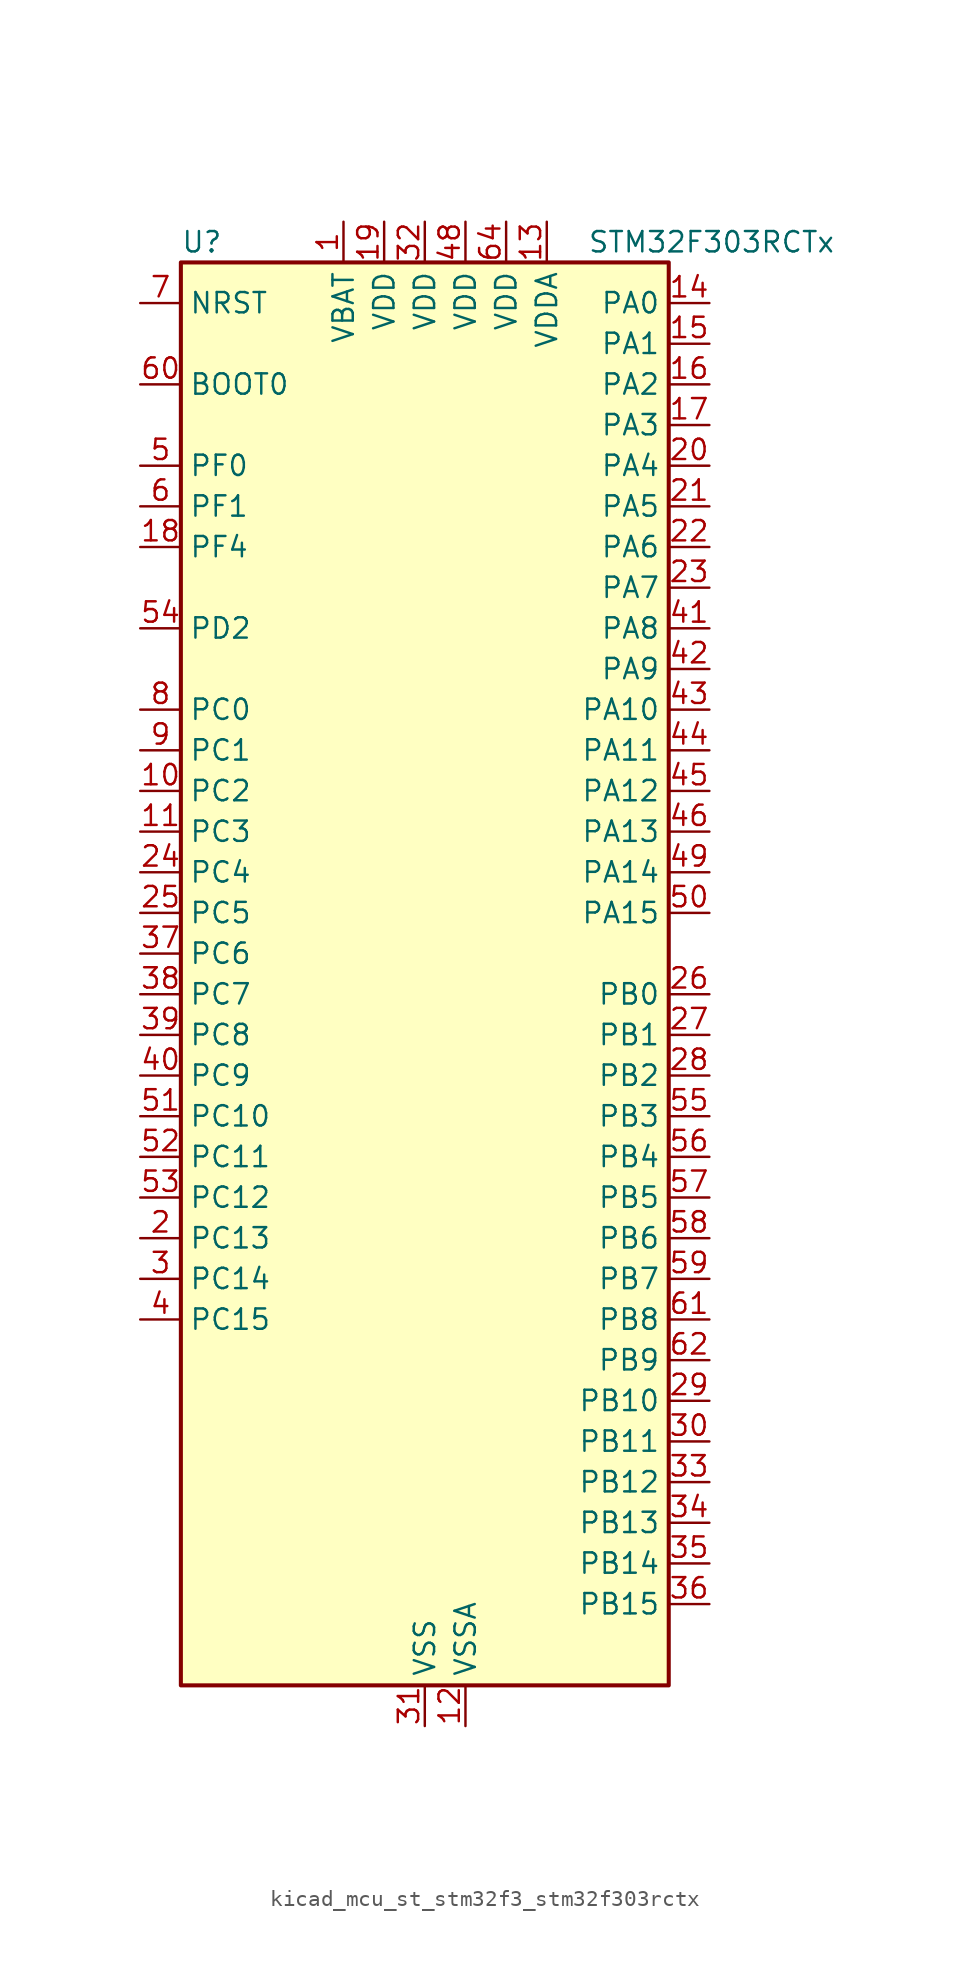
<source format=kicad_sym>
(kicad_symbol_lib
  (version 20220914)
  (generator kicad_symbol_editor)
  (symbol "kicad_mcu_st_stm32f3_stm32f303rctx"
    (property "Reference" "U"
      (at -15.24 46.99 0)
      (effects (font (size 1.27 1.27)) (justify left)))
    (property "Value" "STM32F303RCTx"
      (at 10.16 46.99 0)
      (effects (font (size 1.27 1.27)) (justify left)))
    (property "ki_locked" ""
      (at 0 0 0)
      (effects (font (size 1.27 1.27))))
    (symbol "kicad_mcu_st_stm32f3_stm32f303rctx_0_1"
      (rectangle (start -15.24 -43.18) (end 15.24 45.72) (stroke (width 0.254) (type default)) (fill (type background))))
    (symbol "kicad_mcu_st_stm32f3_stm32f303rctx_1_1"
      (pin power_in line (at -5.08 48.26 270) (length 2.54) (name "VBAT" (effects (font (size 1.27 1.27)))) (number "1" (effects (font (size 1.27 1.27)))))
      (pin bidirectional line (at -17.78 12.7 0) (length 2.54) (name "PC2" (effects (font (size 1.27 1.27)))) (number "10" (effects (font (size 1.27 1.27)))) (alternate "ADC1_IN8" bidirectional line) (alternate "ADC2_IN8" bidirectional line) (alternate "ADC3_EXTI2" bidirectional line) (alternate "ADC4_EXTI2" bidirectional line) (alternate "COMP7_OUT" bidirectional line))
      (pin bidirectional line (at -17.78 10.16 0) (length 2.54) (name "PC3" (effects (font (size 1.27 1.27)))) (number "11" (effects (font (size 1.27 1.27)))) (alternate "ADC1_IN9" bidirectional line) (alternate "ADC2_IN9" bidirectional line) (alternate "TIM1_BKIN2" bidirectional line))
      (pin power_in line (at 2.54 -45.72 90) (length 2.54) (name "VSSA" (effects (font (size 1.27 1.27)))) (number "12" (effects (font (size 1.27 1.27)))))
      (pin power_in line (at 7.62 48.26 270) (length 2.54) (name "VDDA" (effects (font (size 1.27 1.27)))) (number "13" (effects (font (size 1.27 1.27)))))
      (pin bidirectional line (at 17.78 43.18 180) (length 2.54) (name "PA0" (effects (font (size 1.27 1.27)))) (number "14" (effects (font (size 1.27 1.27)))) (alternate "ADC1_IN1" bidirectional line) (alternate "COMP1_INM" bidirectional line) (alternate "COMP1_OUT" bidirectional line) (alternate "COMP7_INP" bidirectional line) (alternate "RTC_TAMP2" bidirectional line) (alternate "SYS_WKUP1" bidirectional line) (alternate "TIM2_CH1" bidirectional line) (alternate "TIM2_ETR" bidirectional line) (alternate "TIM8_BKIN" bidirectional line) (alternate "TIM8_ETR" bidirectional line) (alternate "TSC_G1_IO1" bidirectional line) (alternate "USART2_CTS" bidirectional line))
      (pin bidirectional line (at 17.78 40.64 180) (length 2.54) (name "PA1" (effects (font (size 1.27 1.27)))) (number "15" (effects (font (size 1.27 1.27)))) (alternate "ADC1_IN2" bidirectional line) (alternate "COMP1_INP" bidirectional line) (alternate "OPAMP1_VINP" bidirectional line) (alternate "OPAMP1_VINP_SEC" bidirectional line) (alternate "OPAMP3_VINP" bidirectional line) (alternate "OPAMP3_VINP_SEC" bidirectional line) (alternate "RTC_REFIN" bidirectional line) (alternate "TIM15_CH1N" bidirectional line) (alternate "TIM2_CH2" bidirectional line) (alternate "TSC_G1_IO2" bidirectional line) (alternate "USART2_DE" bidirectional line) (alternate "USART2_RTS" bidirectional line))
      (pin bidirectional line (at 17.78 38.1 180) (length 2.54) (name "PA2" (effects (font (size 1.27 1.27)))) (number "16" (effects (font (size 1.27 1.27)))) (alternate "ADC1_IN3" bidirectional line) (alternate "ADC3_EXTI2" bidirectional line) (alternate "ADC4_EXTI2" bidirectional line) (alternate "COMP2_INM" bidirectional line) (alternate "COMP2_OUT" bidirectional line) (alternate "OPAMP1_VOUT" bidirectional line) (alternate "TIM15_CH1" bidirectional line) (alternate "TIM2_CH3" bidirectional line) (alternate "TSC_G1_IO3" bidirectional line) (alternate "USART2_TX" bidirectional line))
      (pin bidirectional line (at 17.78 35.56 180) (length 2.54) (name "PA3" (effects (font (size 1.27 1.27)))) (number "17" (effects (font (size 1.27 1.27)))) (alternate "ADC1_IN4" bidirectional line) (alternate "COMP2_INP" bidirectional line) (alternate "OPAMP1_VINM" bidirectional line) (alternate "OPAMP1_VINM_SEC" bidirectional line) (alternate "OPAMP1_VINP" bidirectional line) (alternate "OPAMP1_VINP_SEC" bidirectional line) (alternate "TIM15_CH2" bidirectional line) (alternate "TIM2_CH4" bidirectional line) (alternate "TSC_G1_IO4" bidirectional line) (alternate "USART2_RX" bidirectional line))
      (pin bidirectional line (at -17.78 27.94 0) (length 2.54) (name "PF4" (effects (font (size 1.27 1.27)))) (number "18" (effects (font (size 1.27 1.27)))) (alternate "ADC1_IN5" bidirectional line) (alternate "COMP1_OUT" bidirectional line))
      (pin power_in line (at -2.54 48.26 270) (length 2.54) (name "VDD" (effects (font (size 1.27 1.27)))) (number "19" (effects (font (size 1.27 1.27)))))
      (pin bidirectional line (at -17.78 -15.24 0) (length 2.54) (name "PC13" (effects (font (size 1.27 1.27)))) (number "2" (effects (font (size 1.27 1.27)))) (alternate "RTC_OUT_ALARM" bidirectional line) (alternate "RTC_OUT_CALIB" bidirectional line) (alternate "RTC_TAMP1" bidirectional line) (alternate "RTC_TS" bidirectional line) (alternate "SYS_WKUP2" bidirectional line) (alternate "TIM1_CH1N" bidirectional line))
      (pin bidirectional line (at 17.78 33.02 180) (length 2.54) (name "PA4" (effects (font (size 1.27 1.27)))) (number "20" (effects (font (size 1.27 1.27)))) (alternate "ADC2_IN1" bidirectional line) (alternate "COMP1_INM" bidirectional line) (alternate "COMP2_INM" bidirectional line) (alternate "COMP3_INM" bidirectional line) (alternate "COMP4_INM" bidirectional line) (alternate "COMP5_INM" bidirectional line) (alternate "COMP6_INM" bidirectional line) (alternate "COMP7_INM" bidirectional line) (alternate "DAC_OUT1" bidirectional line) (alternate "I2S3_WS" bidirectional line) (alternate "OPAMP4_VINP" bidirectional line) (alternate "OPAMP4_VINP_SEC" bidirectional line) (alternate "SPI1_NSS" bidirectional line) (alternate "SPI3_NSS" bidirectional line) (alternate "TIM3_CH2" bidirectional line) (alternate "TSC_G2_IO1" bidirectional line) (alternate "USART2_CK" bidirectional line))
      (pin bidirectional line (at 17.78 30.48 180) (length 2.54) (name "PA5" (effects (font (size 1.27 1.27)))) (number "21" (effects (font (size 1.27 1.27)))) (alternate "ADC2_IN2" bidirectional line) (alternate "COMP1_INM" bidirectional line) (alternate "COMP2_INM" bidirectional line) (alternate "COMP3_INM" bidirectional line) (alternate "COMP4_INM" bidirectional line) (alternate "COMP5_INM" bidirectional line) (alternate "COMP6_INM" bidirectional line) (alternate "COMP7_INM" bidirectional line) (alternate "DAC_OUT2" bidirectional line) (alternate "OPAMP1_VINP" bidirectional line) (alternate "OPAMP1_VINP_SEC" bidirectional line) (alternate "OPAMP2_VINM" bidirectional line) (alternate "OPAMP2_VINM_SEC" bidirectional line) (alternate "OPAMP3_VINP" bidirectional line) (alternate "OPAMP3_VINP_SEC" bidirectional line) (alternate "SPI1_SCK" bidirectional line) (alternate "TIM2_CH1" bidirectional line) (alternate "TIM2_ETR" bidirectional line) (alternate "TSC_G2_IO2" bidirectional line))
      (pin bidirectional line (at 17.78 27.94 180) (length 2.54) (name "PA6" (effects (font (size 1.27 1.27)))) (number "22" (effects (font (size 1.27 1.27)))) (alternate "ADC2_IN3" bidirectional line) (alternate "COMP1_OUT" bidirectional line) (alternate "OPAMP2_VOUT" bidirectional line) (alternate "SPI1_MISO" bidirectional line) (alternate "TIM16_CH1" bidirectional line) (alternate "TIM1_BKIN" bidirectional line) (alternate "TIM3_CH1" bidirectional line) (alternate "TIM8_BKIN" bidirectional line) (alternate "TSC_G2_IO3" bidirectional line))
      (pin bidirectional line (at 17.78 25.4 180) (length 2.54) (name "PA7" (effects (font (size 1.27 1.27)))) (number "23" (effects (font (size 1.27 1.27)))) (alternate "ADC2_IN4" bidirectional line) (alternate "COMP2_INP" bidirectional line) (alternate "COMP2_OUT" bidirectional line) (alternate "OPAMP1_VINP" bidirectional line) (alternate "OPAMP1_VINP_SEC" bidirectional line) (alternate "OPAMP2_VINP" bidirectional line) (alternate "OPAMP2_VINP_SEC" bidirectional line) (alternate "SPI1_MOSI" bidirectional line) (alternate "TIM17_CH1" bidirectional line) (alternate "TIM1_CH1N" bidirectional line) (alternate "TIM3_CH2" bidirectional line) (alternate "TIM8_CH1N" bidirectional line) (alternate "TSC_G2_IO4" bidirectional line))
      (pin bidirectional line (at -17.78 7.62 0) (length 2.54) (name "PC4" (effects (font (size 1.27 1.27)))) (number "24" (effects (font (size 1.27 1.27)))) (alternate "ADC2_IN5" bidirectional line) (alternate "USART1_TX" bidirectional line))
      (pin bidirectional line (at -17.78 5.08 0) (length 2.54) (name "PC5" (effects (font (size 1.27 1.27)))) (number "25" (effects (font (size 1.27 1.27)))) (alternate "ADC2_IN11" bidirectional line) (alternate "OPAMP1_VINM" bidirectional line) (alternate "OPAMP1_VINM_SEC" bidirectional line) (alternate "OPAMP2_VINM" bidirectional line) (alternate "OPAMP2_VINM_SEC" bidirectional line) (alternate "TSC_G3_IO1" bidirectional line) (alternate "USART1_RX" bidirectional line))
      (pin bidirectional line (at 17.78 0 180) (length 2.54) (name "PB0" (effects (font (size 1.27 1.27)))) (number "26" (effects (font (size 1.27 1.27)))) (alternate "ADC3_IN12" bidirectional line) (alternate "COMP4_INP" bidirectional line) (alternate "OPAMP2_VINP" bidirectional line) (alternate "OPAMP2_VINP_SEC" bidirectional line) (alternate "OPAMP3_VINP" bidirectional line) (alternate "OPAMP3_VINP_SEC" bidirectional line) (alternate "TIM1_CH2N" bidirectional line) (alternate "TIM3_CH3" bidirectional line) (alternate "TIM8_CH2N" bidirectional line) (alternate "TSC_G3_IO2" bidirectional line))
      (pin bidirectional line (at 17.78 -2.54 180) (length 2.54) (name "PB1" (effects (font (size 1.27 1.27)))) (number "27" (effects (font (size 1.27 1.27)))) (alternate "ADC3_IN1" bidirectional line) (alternate "COMP4_OUT" bidirectional line) (alternate "OPAMP3_VOUT" bidirectional line) (alternate "TIM1_CH3N" bidirectional line) (alternate "TIM3_CH4" bidirectional line) (alternate "TIM8_CH3N" bidirectional line) (alternate "TSC_G3_IO3" bidirectional line))
      (pin bidirectional line (at 17.78 -5.08 180) (length 2.54) (name "PB2" (effects (font (size 1.27 1.27)))) (number "28" (effects (font (size 1.27 1.27)))) (alternate "ADC2_IN12" bidirectional line) (alternate "ADC3_EXTI2" bidirectional line) (alternate "ADC4_EXTI2" bidirectional line) (alternate "COMP4_INM" bidirectional line) (alternate "OPAMP3_VINM" bidirectional line) (alternate "OPAMP3_VINM_SEC" bidirectional line) (alternate "TSC_G3_IO4" bidirectional line))
      (pin bidirectional line (at 17.78 -25.4 180) (length 2.54) (name "PB10" (effects (font (size 1.27 1.27)))) (number "29" (effects (font (size 1.27 1.27)))) (alternate "COMP5_INM" bidirectional line) (alternate "OPAMP3_VINM" bidirectional line) (alternate "OPAMP3_VINM_SEC" bidirectional line) (alternate "OPAMP4_VINM" bidirectional line) (alternate "OPAMP4_VINM_SEC" bidirectional line) (alternate "TIM2_CH3" bidirectional line) (alternate "TSC_SYNC" bidirectional line) (alternate "USART3_TX" bidirectional line))
      (pin bidirectional line (at -17.78 -17.78 0) (length 2.54) (name "PC14" (effects (font (size 1.27 1.27)))) (number "3" (effects (font (size 1.27 1.27)))) (alternate "RCC_OSC32_IN" bidirectional line))
      (pin bidirectional line (at 17.78 -27.94 180) (length 2.54) (name "PB11" (effects (font (size 1.27 1.27)))) (number "30" (effects (font (size 1.27 1.27)))) (alternate "ADC1_EXTI11" bidirectional line) (alternate "ADC2_EXTI11" bidirectional line) (alternate "COMP6_INP" bidirectional line) (alternate "OPAMP4_VINP" bidirectional line) (alternate "OPAMP4_VINP_SEC" bidirectional line) (alternate "TIM2_CH4" bidirectional line) (alternate "TSC_G6_IO1" bidirectional line) (alternate "USART3_RX" bidirectional line))
      (pin power_in line (at 0 -45.72 90) (length 2.54) (name "VSS" (effects (font (size 1.27 1.27)))) (number "31" (effects (font (size 1.27 1.27)))))
      (pin power_in line (at 0 48.26 270) (length 2.54) (name "VDD" (effects (font (size 1.27 1.27)))) (number "32" (effects (font (size 1.27 1.27)))))
      (pin bidirectional line (at 17.78 -30.48 180) (length 2.54) (name "PB12" (effects (font (size 1.27 1.27)))) (number "33" (effects (font (size 1.27 1.27)))) (alternate "ADC4_IN3" bidirectional line) (alternate "COMP3_INM" bidirectional line) (alternate "I2C2_SMBA" bidirectional line) (alternate "I2S2_WS" bidirectional line) (alternate "OPAMP4_VOUT" bidirectional line) (alternate "SPI2_NSS" bidirectional line) (alternate "TIM1_BKIN" bidirectional line) (alternate "TSC_G6_IO2" bidirectional line) (alternate "USART3_CK" bidirectional line))
      (pin bidirectional line (at 17.78 -33.02 180) (length 2.54) (name "PB13" (effects (font (size 1.27 1.27)))) (number "34" (effects (font (size 1.27 1.27)))) (alternate "ADC3_IN5" bidirectional line) (alternate "COMP5_INP" bidirectional line) (alternate "I2S2_CK" bidirectional line) (alternate "OPAMP3_VINP" bidirectional line) (alternate "OPAMP3_VINP_SEC" bidirectional line) (alternate "OPAMP4_VINP" bidirectional line) (alternate "OPAMP4_VINP_SEC" bidirectional line) (alternate "SPI2_SCK" bidirectional line) (alternate "TIM1_CH1N" bidirectional line) (alternate "TSC_G6_IO3" bidirectional line) (alternate "USART3_CTS" bidirectional line))
      (pin bidirectional line (at 17.78 -35.56 180) (length 2.54) (name "PB14" (effects (font (size 1.27 1.27)))) (number "35" (effects (font (size 1.27 1.27)))) (alternate "ADC4_IN4" bidirectional line) (alternate "COMP3_INP" bidirectional line) (alternate "I2S2_ext_SD" bidirectional line) (alternate "OPAMP2_VINP" bidirectional line) (alternate "OPAMP2_VINP_SEC" bidirectional line) (alternate "SPI2_MISO" bidirectional line) (alternate "TIM15_CH1" bidirectional line) (alternate "TIM1_CH2N" bidirectional line) (alternate "TSC_G6_IO4" bidirectional line) (alternate "USART3_DE" bidirectional line) (alternate "USART3_RTS" bidirectional line))
      (pin bidirectional line (at 17.78 -38.1 180) (length 2.54) (name "PB15" (effects (font (size 1.27 1.27)))) (number "36" (effects (font (size 1.27 1.27)))) (alternate "ADC1_EXTI15" bidirectional line) (alternate "ADC2_EXTI15" bidirectional line) (alternate "ADC4_IN5" bidirectional line) (alternate "COMP6_INM" bidirectional line) (alternate "I2S2_SD" bidirectional line) (alternate "RTC_REFIN" bidirectional line) (alternate "SPI2_MOSI" bidirectional line) (alternate "TIM15_CH1N" bidirectional line) (alternate "TIM15_CH2" bidirectional line) (alternate "TIM1_CH3N" bidirectional line))
      (pin bidirectional line (at -17.78 2.54 0) (length 2.54) (name "PC6" (effects (font (size 1.27 1.27)))) (number "37" (effects (font (size 1.27 1.27)))) (alternate "COMP6_OUT" bidirectional line) (alternate "I2S2_MCK" bidirectional line) (alternate "TIM3_CH1" bidirectional line) (alternate "TIM8_CH1" bidirectional line))
      (pin bidirectional line (at -17.78 0 0) (length 2.54) (name "PC7" (effects (font (size 1.27 1.27)))) (number "38" (effects (font (size 1.27 1.27)))) (alternate "COMP5_OUT" bidirectional line) (alternate "I2S3_MCK" bidirectional line) (alternate "TIM3_CH2" bidirectional line) (alternate "TIM8_CH2" bidirectional line))
      (pin bidirectional line (at -17.78 -2.54 0) (length 2.54) (name "PC8" (effects (font (size 1.27 1.27)))) (number "39" (effects (font (size 1.27 1.27)))) (alternate "COMP3_OUT" bidirectional line) (alternate "TIM3_CH3" bidirectional line) (alternate "TIM8_CH3" bidirectional line))
      (pin bidirectional line (at -17.78 -20.32 0) (length 2.54) (name "PC15" (effects (font (size 1.27 1.27)))) (number "4" (effects (font (size 1.27 1.27)))) (alternate "ADC1_EXTI15" bidirectional line) (alternate "ADC2_EXTI15" bidirectional line) (alternate "RCC_OSC32_OUT" bidirectional line))
      (pin bidirectional line (at -17.78 -5.08 0) (length 2.54) (name "PC9" (effects (font (size 1.27 1.27)))) (number "40" (effects (font (size 1.27 1.27)))) (alternate "DAC_EXTI9" bidirectional line) (alternate "I2S_CKIN" bidirectional line) (alternate "TIM3_CH4" bidirectional line) (alternate "TIM8_BKIN2" bidirectional line) (alternate "TIM8_CH4" bidirectional line))
      (pin bidirectional line (at 17.78 22.86 180) (length 2.54) (name "PA8" (effects (font (size 1.27 1.27)))) (number "41" (effects (font (size 1.27 1.27)))) (alternate "COMP3_OUT" bidirectional line) (alternate "I2C2_SMBA" bidirectional line) (alternate "I2S2_MCK" bidirectional line) (alternate "RCC_MCO" bidirectional line) (alternate "TIM1_CH1" bidirectional line) (alternate "TIM4_ETR" bidirectional line) (alternate "USART1_CK" bidirectional line))
      (pin bidirectional line (at 17.78 20.32 180) (length 2.54) (name "PA9" (effects (font (size 1.27 1.27)))) (number "42" (effects (font (size 1.27 1.27)))) (alternate "COMP5_OUT" bidirectional line) (alternate "DAC_EXTI9" bidirectional line) (alternate "I2C2_SCL" bidirectional line) (alternate "I2S3_MCK" bidirectional line) (alternate "TIM15_BKIN" bidirectional line) (alternate "TIM1_CH2" bidirectional line) (alternate "TIM2_CH3" bidirectional line) (alternate "TSC_G4_IO1" bidirectional line) (alternate "USART1_TX" bidirectional line))
      (pin bidirectional line (at 17.78 17.78 180) (length 2.54) (name "PA10" (effects (font (size 1.27 1.27)))) (number "43" (effects (font (size 1.27 1.27)))) (alternate "COMP6_OUT" bidirectional line) (alternate "I2C2_SDA" bidirectional line) (alternate "TIM17_BKIN" bidirectional line) (alternate "TIM1_CH3" bidirectional line) (alternate "TIM2_CH4" bidirectional line) (alternate "TIM8_BKIN" bidirectional line) (alternate "TSC_G4_IO2" bidirectional line) (alternate "USART1_RX" bidirectional line))
      (pin bidirectional line (at 17.78 15.24 180) (length 2.54) (name "PA11" (effects (font (size 1.27 1.27)))) (number "44" (effects (font (size 1.27 1.27)))) (alternate "ADC1_EXTI11" bidirectional line) (alternate "ADC2_EXTI11" bidirectional line) (alternate "CAN_RX" bidirectional line) (alternate "COMP1_OUT" bidirectional line) (alternate "TIM1_BKIN2" bidirectional line) (alternate "TIM1_CH1N" bidirectional line) (alternate "TIM1_CH4" bidirectional line) (alternate "TIM4_CH1" bidirectional line) (alternate "USART1_CTS" bidirectional line) (alternate "USB_DM" bidirectional line))
      (pin bidirectional line (at 17.78 12.7 180) (length 2.54) (name "PA12" (effects (font (size 1.27 1.27)))) (number "45" (effects (font (size 1.27 1.27)))) (alternate "CAN_TX" bidirectional line) (alternate "COMP2_OUT" bidirectional line) (alternate "TIM16_CH1" bidirectional line) (alternate "TIM1_CH2N" bidirectional line) (alternate "TIM1_ETR" bidirectional line) (alternate "TIM4_CH2" bidirectional line) (alternate "USART1_DE" bidirectional line) (alternate "USART1_RTS" bidirectional line) (alternate "USB_DP" bidirectional line))
      (pin bidirectional line (at 17.78 10.16 180) (length 2.54) (name "PA13" (effects (font (size 1.27 1.27)))) (number "46" (effects (font (size 1.27 1.27)))) (alternate "IR_OUT" bidirectional line) (alternate "SYS_JTMS-SWDIO" bidirectional line) (alternate "TIM16_CH1N" bidirectional line) (alternate "TIM4_CH3" bidirectional line) (alternate "TSC_G4_IO3" bidirectional line) (alternate "USART3_CTS" bidirectional line))
      (pin passive line (at 0 -45.72 90) (length 2.54) hide (name "VSS" (effects (font (size 1.27 1.27)))) (number "47" (effects (font (size 1.27 1.27)))))
      (pin power_in line (at 2.54 48.26 270) (length 2.54) (name "VDD" (effects (font (size 1.27 1.27)))) (number "48" (effects (font (size 1.27 1.27)))))
      (pin bidirectional line (at 17.78 7.62 180) (length 2.54) (name "PA14" (effects (font (size 1.27 1.27)))) (number "49" (effects (font (size 1.27 1.27)))) (alternate "I2C1_SDA" bidirectional line) (alternate "SYS_JTCK-SWCLK" bidirectional line) (alternate "TIM1_BKIN" bidirectional line) (alternate "TIM8_CH2" bidirectional line) (alternate "TSC_G4_IO4" bidirectional line) (alternate "USART2_TX" bidirectional line))
      (pin bidirectional line (at -17.78 33.02 0) (length 2.54) (name "PF0" (effects (font (size 1.27 1.27)))) (number "5" (effects (font (size 1.27 1.27)))) (alternate "I2C2_SDA" bidirectional line) (alternate "RCC_OSC_IN" bidirectional line) (alternate "TIM1_CH3N" bidirectional line))
      (pin bidirectional line (at 17.78 5.08 180) (length 2.54) (name "PA15" (effects (font (size 1.27 1.27)))) (number "50" (effects (font (size 1.27 1.27)))) (alternate "ADC1_EXTI15" bidirectional line) (alternate "ADC2_EXTI15" bidirectional line) (alternate "I2C1_SCL" bidirectional line) (alternate "I2S3_WS" bidirectional line) (alternate "SPI1_NSS" bidirectional line) (alternate "SPI3_NSS" bidirectional line) (alternate "SYS_JTDI" bidirectional line) (alternate "TIM1_BKIN" bidirectional line) (alternate "TIM2_CH1" bidirectional line) (alternate "TIM2_ETR" bidirectional line) (alternate "TIM8_CH1" bidirectional line) (alternate "USART2_RX" bidirectional line))
      (pin bidirectional line (at -17.78 -7.62 0) (length 2.54) (name "PC10" (effects (font (size 1.27 1.27)))) (number "51" (effects (font (size 1.27 1.27)))) (alternate "I2S3_CK" bidirectional line) (alternate "SPI3_SCK" bidirectional line) (alternate "TIM8_CH1N" bidirectional line) (alternate "UART4_TX" bidirectional line) (alternate "USART3_TX" bidirectional line))
      (pin bidirectional line (at -17.78 -10.16 0) (length 2.54) (name "PC11" (effects (font (size 1.27 1.27)))) (number "52" (effects (font (size 1.27 1.27)))) (alternate "ADC1_EXTI11" bidirectional line) (alternate "ADC2_EXTI11" bidirectional line) (alternate "I2S3_ext_SD" bidirectional line) (alternate "SPI3_MISO" bidirectional line) (alternate "TIM8_CH2N" bidirectional line) (alternate "UART4_RX" bidirectional line) (alternate "USART3_RX" bidirectional line))
      (pin bidirectional line (at -17.78 -12.7 0) (length 2.54) (name "PC12" (effects (font (size 1.27 1.27)))) (number "53" (effects (font (size 1.27 1.27)))) (alternate "I2S3_SD" bidirectional line) (alternate "SPI3_MOSI" bidirectional line) (alternate "TIM8_CH3N" bidirectional line) (alternate "UART5_TX" bidirectional line) (alternate "USART3_CK" bidirectional line))
      (pin bidirectional line (at -17.78 22.86 0) (length 2.54) (name "PD2" (effects (font (size 1.27 1.27)))) (number "54" (effects (font (size 1.27 1.27)))) (alternate "ADC3_EXTI2" bidirectional line) (alternate "ADC4_EXTI2" bidirectional line) (alternate "TIM3_ETR" bidirectional line) (alternate "TIM8_BKIN" bidirectional line) (alternate "UART5_RX" bidirectional line))
      (pin bidirectional line (at 17.78 -7.62 180) (length 2.54) (name "PB3" (effects (font (size 1.27 1.27)))) (number "55" (effects (font (size 1.27 1.27)))) (alternate "I2S3_CK" bidirectional line) (alternate "SPI1_SCK" bidirectional line) (alternate "SPI3_SCK" bidirectional line) (alternate "SYS_JTDO-TRACESWO" bidirectional line) (alternate "TIM2_CH2" bidirectional line) (alternate "TIM3_ETR" bidirectional line) (alternate "TIM4_ETR" bidirectional line) (alternate "TIM8_CH1N" bidirectional line) (alternate "TSC_G5_IO1" bidirectional line) (alternate "USART2_TX" bidirectional line))
      (pin bidirectional line (at 17.78 -10.16 180) (length 2.54) (name "PB4" (effects (font (size 1.27 1.27)))) (number "56" (effects (font (size 1.27 1.27)))) (alternate "I2S3_ext_SD" bidirectional line) (alternate "SPI1_MISO" bidirectional line) (alternate "SPI3_MISO" bidirectional line) (alternate "SYS_NJTRST" bidirectional line) (alternate "TIM16_CH1" bidirectional line) (alternate "TIM17_BKIN" bidirectional line) (alternate "TIM3_CH1" bidirectional line) (alternate "TIM8_CH2N" bidirectional line) (alternate "TSC_G5_IO2" bidirectional line) (alternate "USART2_RX" bidirectional line))
      (pin bidirectional line (at 17.78 -12.7 180) (length 2.54) (name "PB5" (effects (font (size 1.27 1.27)))) (number "57" (effects (font (size 1.27 1.27)))) (alternate "I2C1_SMBA" bidirectional line) (alternate "I2S3_SD" bidirectional line) (alternate "SPI1_MOSI" bidirectional line) (alternate "SPI3_MOSI" bidirectional line) (alternate "TIM16_BKIN" bidirectional line) (alternate "TIM17_CH1" bidirectional line) (alternate "TIM3_CH2" bidirectional line) (alternate "TIM8_CH3N" bidirectional line) (alternate "USART2_CK" bidirectional line))
      (pin bidirectional line (at 17.78 -15.24 180) (length 2.54) (name "PB6" (effects (font (size 1.27 1.27)))) (number "58" (effects (font (size 1.27 1.27)))) (alternate "I2C1_SCL" bidirectional line) (alternate "TIM16_CH1N" bidirectional line) (alternate "TIM4_CH1" bidirectional line) (alternate "TIM8_BKIN2" bidirectional line) (alternate "TIM8_CH1" bidirectional line) (alternate "TIM8_ETR" bidirectional line) (alternate "TSC_G5_IO3" bidirectional line) (alternate "USART1_TX" bidirectional line))
      (pin bidirectional line (at 17.78 -17.78 180) (length 2.54) (name "PB7" (effects (font (size 1.27 1.27)))) (number "59" (effects (font (size 1.27 1.27)))) (alternate "I2C1_SDA" bidirectional line) (alternate "TIM17_CH1N" bidirectional line) (alternate "TIM3_CH4" bidirectional line) (alternate "TIM4_CH2" bidirectional line) (alternate "TIM8_BKIN" bidirectional line) (alternate "TSC_G5_IO4" bidirectional line) (alternate "USART1_RX" bidirectional line))
      (pin bidirectional line (at -17.78 30.48 0) (length 2.54) (name "PF1" (effects (font (size 1.27 1.27)))) (number "6" (effects (font (size 1.27 1.27)))) (alternate "I2C2_SCL" bidirectional line) (alternate "RCC_OSC_OUT" bidirectional line))
      (pin input line (at -17.78 38.1 0) (length 2.54) (name "BOOT0" (effects (font (size 1.27 1.27)))) (number "60" (effects (font (size 1.27 1.27)))))
      (pin bidirectional line (at 17.78 -20.32 180) (length 2.54) (name "PB8" (effects (font (size 1.27 1.27)))) (number "61" (effects (font (size 1.27 1.27)))) (alternate "CAN_RX" bidirectional line) (alternate "COMP1_OUT" bidirectional line) (alternate "I2C1_SCL" bidirectional line) (alternate "TIM16_CH1" bidirectional line) (alternate "TIM1_BKIN" bidirectional line) (alternate "TIM4_CH3" bidirectional line) (alternate "TIM8_CH2" bidirectional line) (alternate "TSC_SYNC" bidirectional line))
      (pin bidirectional line (at 17.78 -22.86 180) (length 2.54) (name "PB9" (effects (font (size 1.27 1.27)))) (number "62" (effects (font (size 1.27 1.27)))) (alternate "CAN_TX" bidirectional line) (alternate "COMP2_OUT" bidirectional line) (alternate "DAC_EXTI9" bidirectional line) (alternate "I2C1_SDA" bidirectional line) (alternate "IR_OUT" bidirectional line) (alternate "TIM17_CH1" bidirectional line) (alternate "TIM4_CH4" bidirectional line) (alternate "TIM8_CH3" bidirectional line))
      (pin passive line (at 0 -45.72 90) (length 2.54) hide (name "VSS" (effects (font (size 1.27 1.27)))) (number "63" (effects (font (size 1.27 1.27)))))
      (pin power_in line (at 5.08 48.26 270) (length 2.54) (name "VDD" (effects (font (size 1.27 1.27)))) (number "64" (effects (font (size 1.27 1.27)))))
      (pin input line (at -17.78 43.18 0) (length 2.54) (name "NRST" (effects (font (size 1.27 1.27)))) (number "7" (effects (font (size 1.27 1.27)))))
      (pin bidirectional line (at -17.78 17.78 0) (length 2.54) (name "PC0" (effects (font (size 1.27 1.27)))) (number "8" (effects (font (size 1.27 1.27)))) (alternate "ADC1_IN6" bidirectional line) (alternate "ADC2_IN6" bidirectional line) (alternate "COMP7_INM" bidirectional line))
      (pin bidirectional line (at -17.78 15.24 0) (length 2.54) (name "PC1" (effects (font (size 1.27 1.27)))) (number "9" (effects (font (size 1.27 1.27)))) (alternate "ADC1_IN7" bidirectional line) (alternate "ADC2_IN7" bidirectional line) (alternate "COMP7_INP" bidirectional line)))))
</source>
